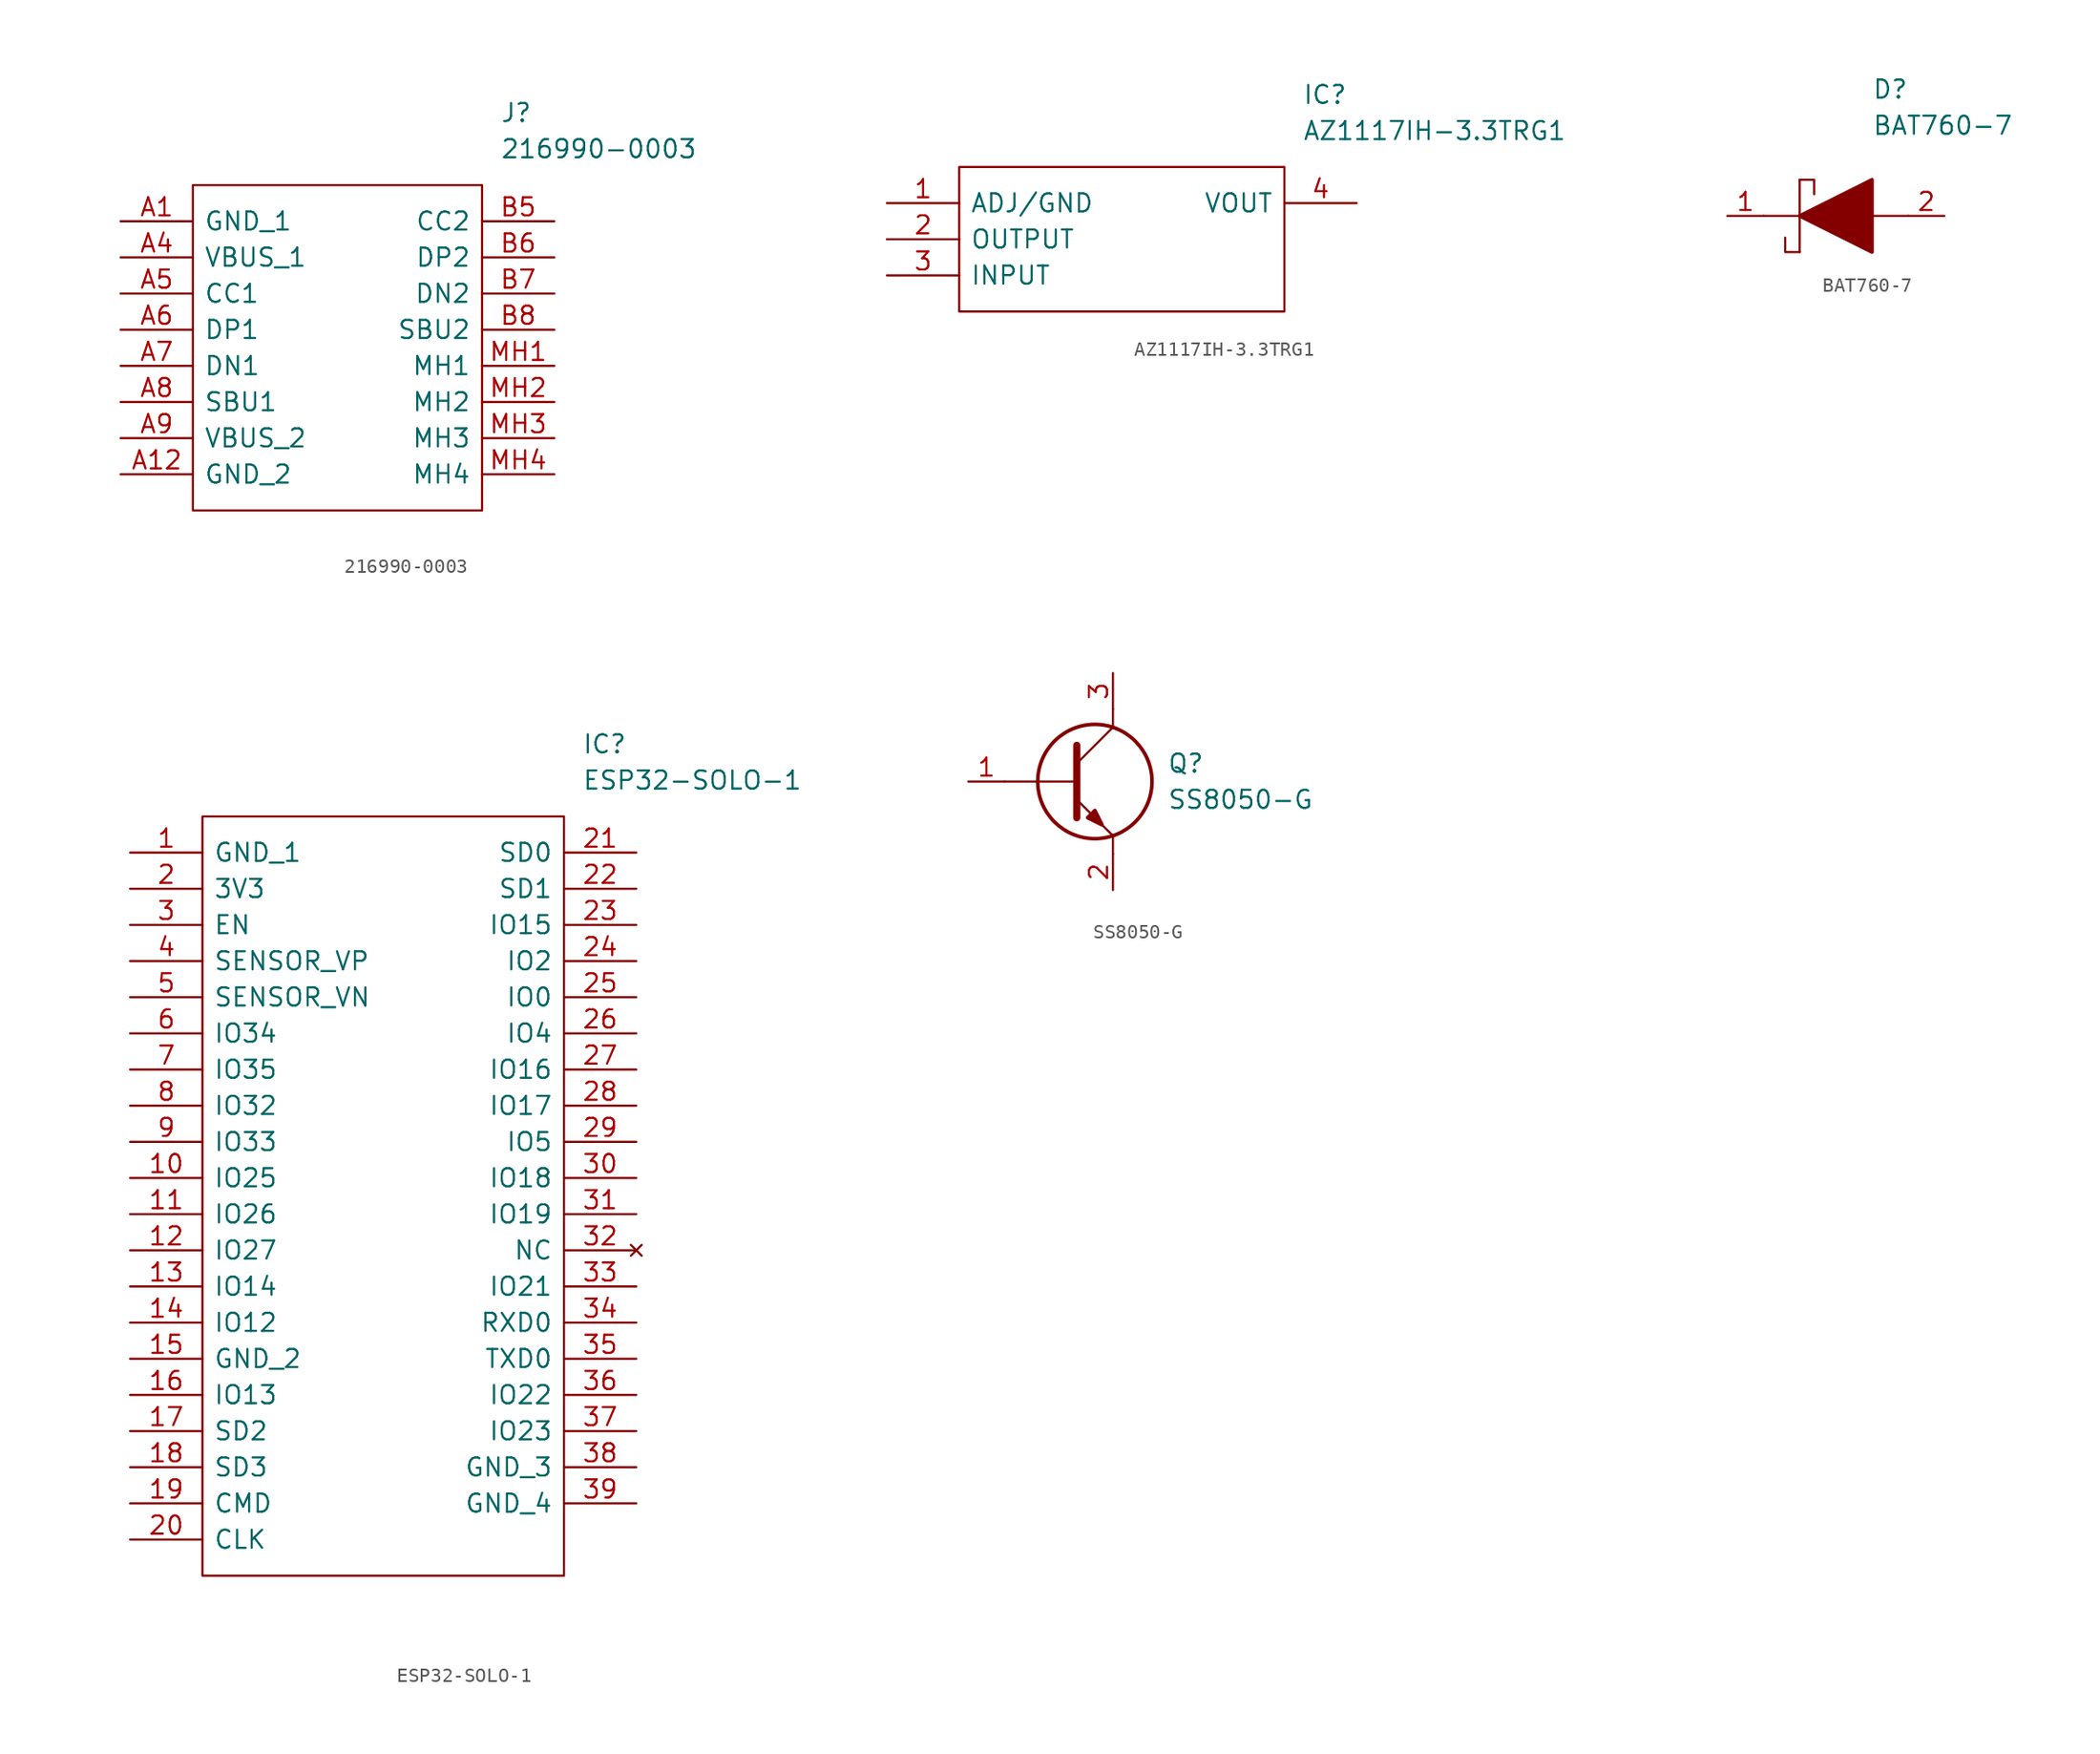
<source format=kicad_sym>
(kicad_symbol_lib
  (version 20211014)
  (generator kicad_symbol_editor)
  (symbol "216990-0003"
    (pin_names
      (offset 0.762))
    (property "Reference" "J"
      (at 26.67 7.62 0)
      (effects (font (size 1.27 1.27)) (justify left)))
    (property "Value" "216990-0003"
      (at 26.67 5.08 0)
      (effects (font (size 1.27 1.27)) (justify left)))
    (symbol "216990-0003_0_0"
      (pin passive line (at 0 0 0) (length 5.08) (name "GND_1" (effects (font (size 1.27 1.27)))) (number "A1" (effects (font (size 1.27 1.27)))))
      (pin passive line (at 0 -17.78 0) (length 5.08) (name "GND_2" (effects (font (size 1.27 1.27)))) (number "A12" (effects (font (size 1.27 1.27)))))
      (pin passive line (at 0 -2.54 0) (length 5.08) (name "VBUS_1" (effects (font (size 1.27 1.27)))) (number "A4" (effects (font (size 1.27 1.27)))))
      (pin passive line (at 0 -5.08 0) (length 5.08) (name "CC1" (effects (font (size 1.27 1.27)))) (number "A5" (effects (font (size 1.27 1.27)))))
      (pin passive line (at 0 -7.62 0) (length 5.08) (name "DP1" (effects (font (size 1.27 1.27)))) (number "A6" (effects (font (size 1.27 1.27)))))
      (pin passive line (at 0 -10.16 0) (length 5.08) (name "DN1" (effects (font (size 1.27 1.27)))) (number "A7" (effects (font (size 1.27 1.27)))))
      (pin passive line (at 0 -12.7 0) (length 5.08) (name "SBU1" (effects (font (size 1.27 1.27)))) (number "A8" (effects (font (size 1.27 1.27)))))
      (pin passive line (at 0 -15.24 0) (length 5.08) (name "VBUS_2" (effects (font (size 1.27 1.27)))) (number "A9" (effects (font (size 1.27 1.27)))))
      (pin passive line (at 30.48 0 180) (length 5.08) (name "CC2" (effects (font (size 1.27 1.27)))) (number "B5" (effects (font (size 1.27 1.27)))))
      (pin passive line (at 30.48 -2.54 180) (length 5.08) (name "DP2" (effects (font (size 1.27 1.27)))) (number "B6" (effects (font (size 1.27 1.27)))))
      (pin passive line (at 30.48 -5.08 180) (length 5.08) (name "DN2" (effects (font (size 1.27 1.27)))) (number "B7" (effects (font (size 1.27 1.27)))))
      (pin passive line (at 30.48 -7.62 180) (length 5.08) (name "SBU2" (effects (font (size 1.27 1.27)))) (number "B8" (effects (font (size 1.27 1.27)))))
      (pin passive line (at 30.48 -10.16 180) (length 5.08) (name "MH1" (effects (font (size 1.27 1.27)))) (number "MH1" (effects (font (size 1.27 1.27)))))
      (pin passive line (at 30.48 -12.7 180) (length 5.08) (name "MH2" (effects (font (size 1.27 1.27)))) (number "MH2" (effects (font (size 1.27 1.27)))))
      (pin passive line (at 30.48 -15.24 180) (length 5.08) (name "MH3" (effects (font (size 1.27 1.27)))) (number "MH3" (effects (font (size 1.27 1.27)))))
      (pin passive line (at 30.48 -17.78 180) (length 5.08) (name "MH4" (effects (font (size 1.27 1.27)))) (number "MH4" (effects (font (size 1.27 1.27))))))
    (symbol "216990-0003_0_1"
      (polyline (pts (xy 5.08 2.54) (xy 25.4 2.54) (xy 25.4 -20.32) (xy 5.08 -20.32) (xy 5.08 2.54)) (stroke (width 0.152) (type default) (color 0 0 0 0)) (fill (type none)))))
  (symbol "AZ1117IH-3.3TRG1"
    (pin_names
      (offset 0.762))
    (property "Reference" "IC"
      (at 29.21 7.62 0)
      (effects (font (size 1.27 1.27)) (justify left)))
    (property "Value" "AZ1117IH-3.3TRG1"
      (at 29.21 5.08 0)
      (effects (font (size 1.27 1.27)) (justify left)))
    (symbol "AZ1117IH-3.3TRG1_0_0"
      (pin passive line (at 0 0 0) (length 5.08) (name "ADJ/GND" (effects (font (size 1.27 1.27)))) (number "1" (effects (font (size 1.27 1.27)))))
      (pin passive line (at 0 -2.54 0) (length 5.08) (name "OUTPUT" (effects (font (size 1.27 1.27)))) (number "2" (effects (font (size 1.27 1.27)))))
      (pin passive line (at 0 -5.08 0) (length 5.08) (name "INPUT" (effects (font (size 1.27 1.27)))) (number "3" (effects (font (size 1.27 1.27)))))
      (pin passive line (at 33.02 0 180) (length 5.08) (name "VOUT" (effects (font (size 1.27 1.27)))) (number "4" (effects (font (size 1.27 1.27))))))
    (symbol "AZ1117IH-3.3TRG1_0_1"
      (polyline (pts (xy 5.08 2.54) (xy 27.94 2.54) (xy 27.94 -7.62) (xy 5.08 -7.62) (xy 5.08 2.54)) (stroke (width 0.152) (type default) (color 0 0 0 0)) (fill (type none)))))
  (symbol "BAT760-7"
    (pin_names
      (offset 0.762))
    (property "Reference" "D"
      (at 12.7 8.89 0)
      (effects (font (size 1.27 1.27)) (justify left)))
    (property "Value" "BAT760-7"
      (at 12.7 6.35 0)
      (effects (font (size 1.27 1.27)) (justify left)))
    (symbol "BAT760-7_0_0"
      (pin passive line (at 2.54 0 0) (length 2.54) (name "~" (effects (font (size 1.27 1.27)))) (number "1" (effects (font (size 1.27 1.27)))))
      (pin passive line (at 17.78 0 180) (length 2.54) (name "~" (effects (font (size 1.27 1.27)))) (number "2" (effects (font (size 1.27 1.27))))))
    (symbol "BAT760-7_0_1"
      (polyline (pts (xy 5.08 0) (xy 7.62 0)) (stroke (width 0.152) (type default) (color 0 0 0 0)) (fill (type none)))
      (polyline (pts (xy 7.62 2.54) (xy 7.62 -2.54)) (stroke (width 0.152) (type default) (color 0 0 0 0)) (fill (type none)))
      (polyline (pts (xy 12.7 0) (xy 15.24 0)) (stroke (width 0.152) (type default) (color 0 0 0 0)) (fill (type none)))
      (polyline (pts (xy 7.62 -2.54) (xy 6.604 -2.54) (xy 6.604 -1.524)) (stroke (width 0.152) (type default) (color 0 0 0 0)) (fill (type none)))
      (polyline (pts (xy 7.62 2.54) (xy 8.636 2.54) (xy 8.636 1.524)) (stroke (width 0.152) (type default) (color 0 0 0 0)) (fill (type none)))
      (polyline (pts (xy 7.62 0) (xy 12.7 2.54) (xy 12.7 -2.54) (xy 7.62 0)) (stroke (width 0.254) (type default) (color 0 0 0 0)) (fill (type outline)))))
  (symbol "ESP32-SOLO-1"
    (pin_names
      (offset 0.762))
    (property "Reference" "IC"
      (at 31.75 7.62 0)
      (effects (font (size 1.27 1.27)) (justify left)))
    (property "Value" "ESP32-SOLO-1"
      (at 31.75 5.08 0)
      (effects (font (size 1.27 1.27)) (justify left)))
    (symbol "ESP32-SOLO-1_0_0"
      (pin passive line (at 0 0 0) (length 5.08) (name "GND_1" (effects (font (size 1.27 1.27)))) (number "1" (effects (font (size 1.27 1.27)))))
      (pin passive line (at 0 -22.86 0) (length 5.08) (name "IO25" (effects (font (size 1.27 1.27)))) (number "10" (effects (font (size 1.27 1.27)))))
      (pin passive line (at 0 -25.4 0) (length 5.08) (name "IO26" (effects (font (size 1.27 1.27)))) (number "11" (effects (font (size 1.27 1.27)))))
      (pin passive line (at 0 -27.94 0) (length 5.08) (name "IO27" (effects (font (size 1.27 1.27)))) (number "12" (effects (font (size 1.27 1.27)))))
      (pin passive line (at 0 -30.48 0) (length 5.08) (name "IO14" (effects (font (size 1.27 1.27)))) (number "13" (effects (font (size 1.27 1.27)))))
      (pin passive line (at 0 -33.02 0) (length 5.08) (name "IO12" (effects (font (size 1.27 1.27)))) (number "14" (effects (font (size 1.27 1.27)))))
      (pin passive line (at 0 -35.56 0) (length 5.08) (name "GND_2" (effects (font (size 1.27 1.27)))) (number "15" (effects (font (size 1.27 1.27)))))
      (pin passive line (at 0 -38.1 0) (length 5.08) (name "IO13" (effects (font (size 1.27 1.27)))) (number "16" (effects (font (size 1.27 1.27)))))
      (pin passive line (at 0 -40.64 0) (length 5.08) (name "SD2" (effects (font (size 1.27 1.27)))) (number "17" (effects (font (size 1.27 1.27)))))
      (pin passive line (at 0 -43.18 0) (length 5.08) (name "SD3" (effects (font (size 1.27 1.27)))) (number "18" (effects (font (size 1.27 1.27)))))
      (pin passive line (at 0 -45.72 0) (length 5.08) (name "CMD" (effects (font (size 1.27 1.27)))) (number "19" (effects (font (size 1.27 1.27)))))
      (pin passive line (at 0 -2.54 0) (length 5.08) (name "3V3" (effects (font (size 1.27 1.27)))) (number "2" (effects (font (size 1.27 1.27)))))
      (pin passive line (at 0 -48.26 0) (length 5.08) (name "CLK" (effects (font (size 1.27 1.27)))) (number "20" (effects (font (size 1.27 1.27)))))
      (pin passive line (at 35.56 0 180) (length 5.08) (name "SD0" (effects (font (size 1.27 1.27)))) (number "21" (effects (font (size 1.27 1.27)))))
      (pin passive line (at 35.56 -2.54 180) (length 5.08) (name "SD1" (effects (font (size 1.27 1.27)))) (number "22" (effects (font (size 1.27 1.27)))))
      (pin passive line (at 35.56 -5.08 180) (length 5.08) (name "IO15" (effects (font (size 1.27 1.27)))) (number "23" (effects (font (size 1.27 1.27)))))
      (pin passive line (at 35.56 -7.62 180) (length 5.08) (name "IO2" (effects (font (size 1.27 1.27)))) (number "24" (effects (font (size 1.27 1.27)))))
      (pin passive line (at 35.56 -10.16 180) (length 5.08) (name "IO0" (effects (font (size 1.27 1.27)))) (number "25" (effects (font (size 1.27 1.27)))))
      (pin passive line (at 35.56 -12.7 180) (length 5.08) (name "IO4" (effects (font (size 1.27 1.27)))) (number "26" (effects (font (size 1.27 1.27)))))
      (pin passive line (at 35.56 -15.24 180) (length 5.08) (name "IO16" (effects (font (size 1.27 1.27)))) (number "27" (effects (font (size 1.27 1.27)))))
      (pin passive line (at 35.56 -17.78 180) (length 5.08) (name "IO17" (effects (font (size 1.27 1.27)))) (number "28" (effects (font (size 1.27 1.27)))))
      (pin passive line (at 35.56 -20.32 180) (length 5.08) (name "IO5" (effects (font (size 1.27 1.27)))) (number "29" (effects (font (size 1.27 1.27)))))
      (pin passive line (at 0 -5.08 0) (length 5.08) (name "EN" (effects (font (size 1.27 1.27)))) (number "3" (effects (font (size 1.27 1.27)))))
      (pin passive line (at 35.56 -22.86 180) (length 5.08) (name "IO18" (effects (font (size 1.27 1.27)))) (number "30" (effects (font (size 1.27 1.27)))))
      (pin passive line (at 35.56 -25.4 180) (length 5.08) (name "IO19" (effects (font (size 1.27 1.27)))) (number "31" (effects (font (size 1.27 1.27)))))
      (pin no_connect line (at 35.56 -27.94 180) (length 5.08) (name "NC" (effects (font (size 1.27 1.27)))) (number "32" (effects (font (size 1.27 1.27)))))
      (pin passive line (at 35.56 -30.48 180) (length 5.08) (name "IO21" (effects (font (size 1.27 1.27)))) (number "33" (effects (font (size 1.27 1.27)))))
      (pin passive line (at 35.56 -33.02 180) (length 5.08) (name "RXD0" (effects (font (size 1.27 1.27)))) (number "34" (effects (font (size 1.27 1.27)))))
      (pin passive line (at 35.56 -35.56 180) (length 5.08) (name "TXD0" (effects (font (size 1.27 1.27)))) (number "35" (effects (font (size 1.27 1.27)))))
      (pin passive line (at 35.56 -38.1 180) (length 5.08) (name "IO22" (effects (font (size 1.27 1.27)))) (number "36" (effects (font (size 1.27 1.27)))))
      (pin passive line (at 35.56 -40.64 180) (length 5.08) (name "IO23" (effects (font (size 1.27 1.27)))) (number "37" (effects (font (size 1.27 1.27)))))
      (pin passive line (at 35.56 -43.18 180) (length 5.08) (name "GND_3" (effects (font (size 1.27 1.27)))) (number "38" (effects (font (size 1.27 1.27)))))
      (pin passive line (at 35.56 -45.72 180) (length 5.08) (name "GND_4" (effects (font (size 1.27 1.27)))) (number "39" (effects (font (size 1.27 1.27)))))
      (pin passive line (at 0 -7.62 0) (length 5.08) (name "SENSOR_VP" (effects (font (size 1.27 1.27)))) (number "4" (effects (font (size 1.27 1.27)))))
      (pin passive line (at 0 -10.16 0) (length 5.08) (name "SENSOR_VN" (effects (font (size 1.27 1.27)))) (number "5" (effects (font (size 1.27 1.27)))))
      (pin passive line (at 0 -12.7 0) (length 5.08) (name "IO34" (effects (font (size 1.27 1.27)))) (number "6" (effects (font (size 1.27 1.27)))))
      (pin passive line (at 0 -15.24 0) (length 5.08) (name "IO35" (effects (font (size 1.27 1.27)))) (number "7" (effects (font (size 1.27 1.27)))))
      (pin passive line (at 0 -17.78 0) (length 5.08) (name "IO32" (effects (font (size 1.27 1.27)))) (number "8" (effects (font (size 1.27 1.27)))))
      (pin passive line (at 0 -20.32 0) (length 5.08) (name "IO33" (effects (font (size 1.27 1.27)))) (number "9" (effects (font (size 1.27 1.27))))))
    (symbol "ESP32-SOLO-1_0_1"
      (polyline (pts (xy 5.08 2.54) (xy 30.48 2.54) (xy 30.48 -50.8) (xy 5.08 -50.8) (xy 5.08 2.54)) (stroke (width 0.152) (type default) (color 0 0 0 0)) (fill (type none)))))
  (symbol "SS8050-G"
    (pin_names
      (offset 0.762))
    (property "Reference" "Q"
      (at 13.97 1.27 0)
      (effects (font (size 1.27 1.27)) (justify left)))
    (property "Value" "SS8050-G"
      (at 13.97 -1.27 0)
      (effects (font (size 1.27 1.27)) (justify left)))
    (symbol "SS8050-G_0_0"
      (pin passive line (at 0 0 0) (length 2.54) (name "~" (effects (font (size 1.27 1.27)))) (number "1" (effects (font (size 1.27 1.27)))))
      (pin passive line (at 10.16 -7.62 90) (length 2.54) (name "~" (effects (font (size 1.27 1.27)))) (number "2" (effects (font (size 1.27 1.27)))))
      (pin passive line (at 10.16 7.62 270) (length 2.54) (name "~" (effects (font (size 1.27 1.27)))) (number "3" (effects (font (size 1.27 1.27))))))
    (symbol "SS8050-G_0_1"
      (polyline (pts (xy 2.54 0) (xy 7.62 0)) (stroke (width 0.152) (type default) (color 0 0 0 0)) (fill (type none)))
      (polyline (pts (xy 7.62 -1.27) (xy 10.16 -3.81)) (stroke (width 0.152) (type default) (color 0 0 0 0)) (fill (type none)))
      (polyline (pts (xy 7.62 1.27) (xy 10.16 3.81)) (stroke (width 0.152) (type default) (color 0 0 0 0)) (fill (type none)))
      (polyline (pts (xy 7.62 2.54) (xy 7.62 -2.54)) (stroke (width 0.508) (type default) (color 0 0 0 0)) (fill (type none)))
      (polyline (pts (xy 10.16 -3.81) (xy 10.16 -5.08)) (stroke (width 0.152) (type default) (color 0 0 0 0)) (fill (type none)))
      (polyline (pts (xy 10.16 3.81) (xy 10.16 5.08)) (stroke (width 0.152) (type default) (color 0 0 0 0)) (fill (type none)))
      (polyline (pts (xy 8.382 -2.54) (xy 8.89 -2.032) (xy 9.398 -3.048) (xy 8.382 -2.54)) (stroke (width 0.254) (type default) (color 0 0 0 0)) (fill (type outline)))
      (circle (center 8.89 0) (radius 4.013) (stroke (width 0.254) (type default) (color 0 0 0 0)) (fill (type none))))))
</source>
